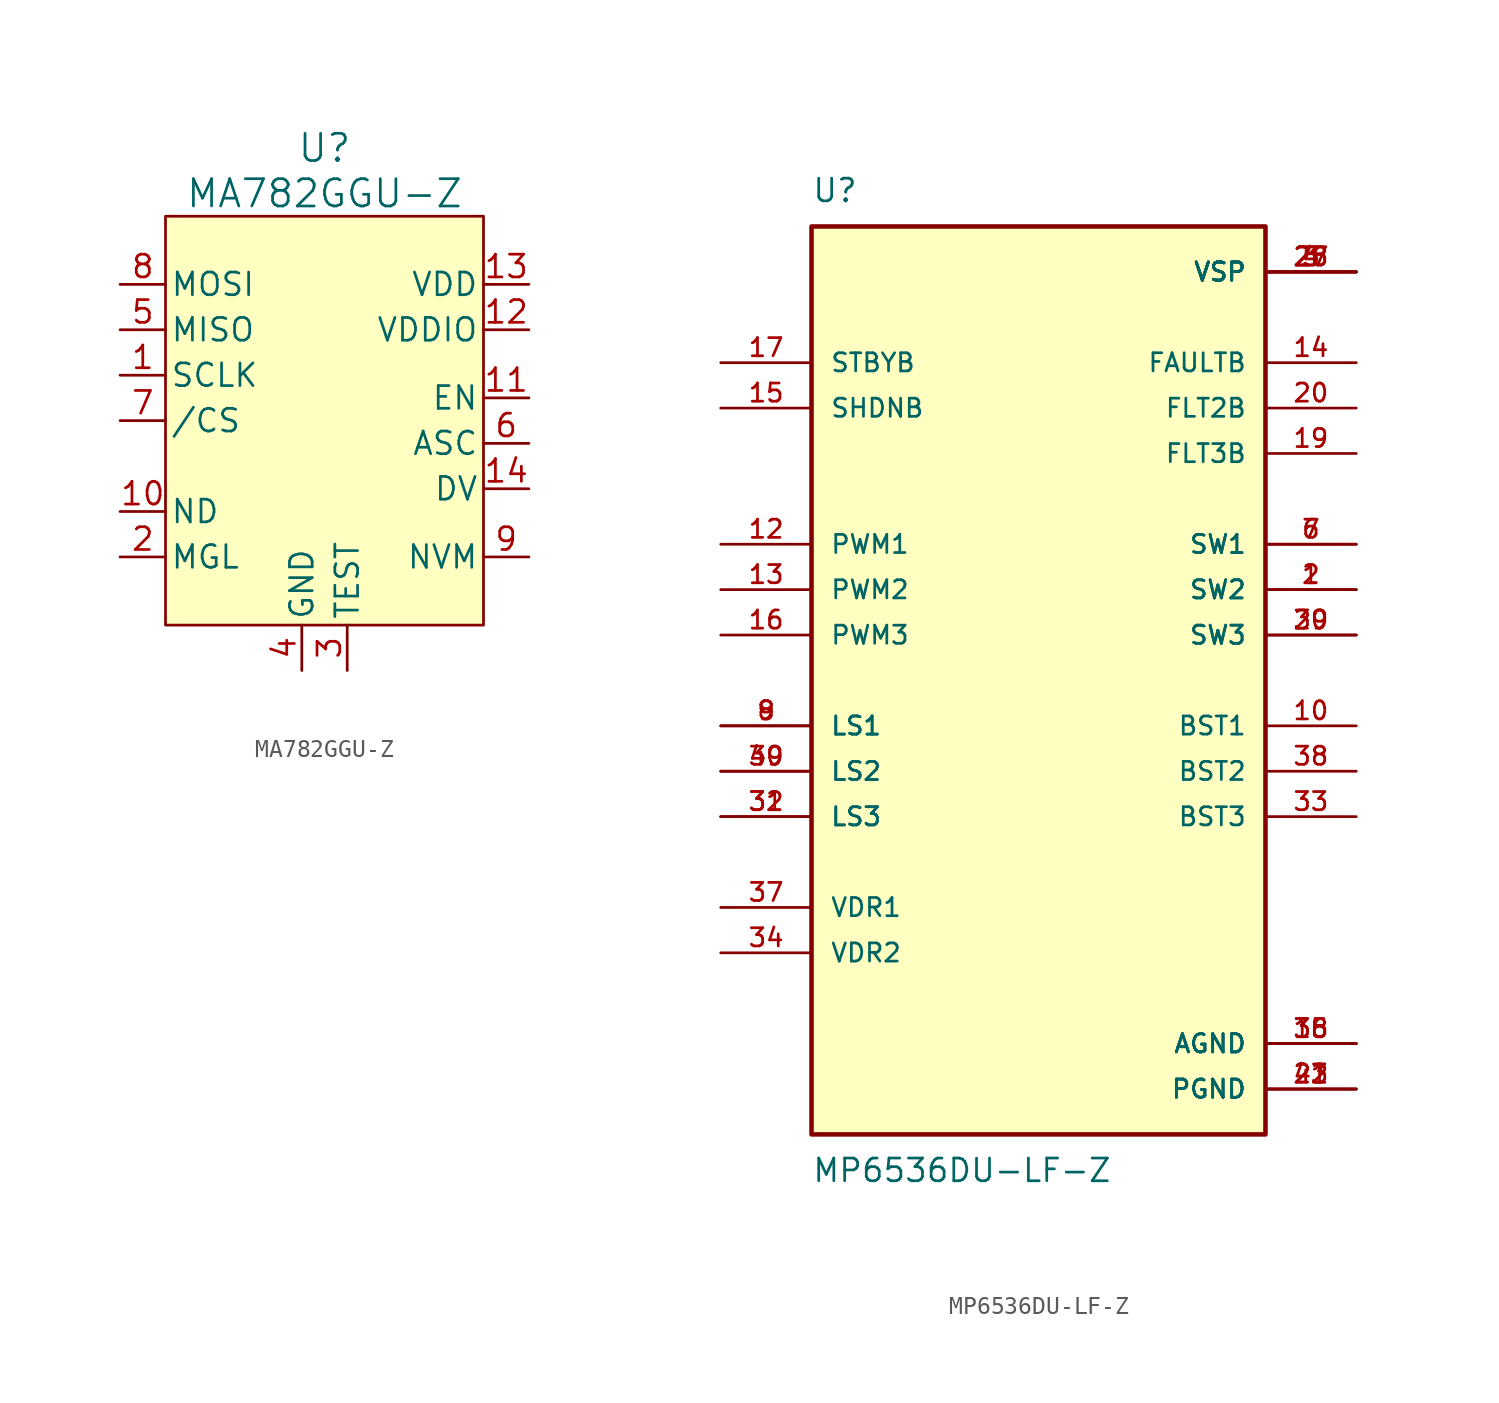
<source format=kicad_sym>
(kicad_symbol_lib
  (version 20220914)
  (generator kicad_symbol_editor)
  (symbol "MA782GGU-Z"
    (pin_names
      (offset 0.254))
    (property "Reference" "U"
      (at 0 15.24 0)
      (effects (font (size 1.524 1.524))))
    (property "Value" "MA782GGU-Z"
      (at 0 12.7 0)
      (effects (font (size 1.524 1.524))))
    (property "ki_locked" ""
      (at 0 0 0)
      (effects (font (size 1.27 1.27))))
    (symbol "MA782GGU-Z_1_1"
      (rectangle (start -8.89 11.43) (end 8.89 -11.43) (stroke (width 0) (type default)) (fill (type background)))
      (pin input line (at -11.43 2.54 0) (length 2.54) (name "SCLK" (effects (font (size 1.27 1.27)))) (number "1" (effects (font (size 1.27 1.27)))))
      (pin output line (at -11.43 -5.08 0) (length 2.54) (name "ND" (effects (font (size 1.27 1.27)))) (number "10" (effects (font (size 1.27 1.27)))))
      (pin input line (at 11.43 1.27 180) (length 2.54) (name "EN" (effects (font (size 1.27 1.27)))) (number "11" (effects (font (size 1.27 1.27)))))
      (pin power_in line (at 11.43 5.08 180) (length 2.54) (name "VDDIO" (effects (font (size 1.27 1.27)))) (number "12" (effects (font (size 1.27 1.27)))))
      (pin power_in line (at 11.43 7.62 180) (length 2.54) (name "VDD" (effects (font (size 1.27 1.27)))) (number "13" (effects (font (size 1.27 1.27)))))
      (pin output line (at 11.43 -3.81 180) (length 2.54) (name "DV" (effects (font (size 1.27 1.27)))) (number "14" (effects (font (size 1.27 1.27)))))
      (pin output line (at -11.43 -7.62 0) (length 2.54) (name "MGL" (effects (font (size 1.27 1.27)))) (number "2" (effects (font (size 1.27 1.27)))))
      (pin power_out line (at 1.27 -13.97 90) (length 2.54) (name "TEST" (effects (font (size 1.27 1.27)))) (number "3" (effects (font (size 1.27 1.27)))))
      (pin power_in line (at -1.27 -13.97 90) (length 2.54) (name "GND" (effects (font (size 1.27 1.27)))) (number "4" (effects (font (size 1.27 1.27)))))
      (pin output line (at -11.43 5.08 0) (length 2.54) (name "MISO" (effects (font (size 1.27 1.27)))) (number "5" (effects (font (size 1.27 1.27)))))
      (pin input line (at 11.43 -1.27 180) (length 2.54) (name "ASC" (effects (font (size 1.27 1.27)))) (number "6" (effects (font (size 1.27 1.27)))))
      (pin input line (at -11.43 0 0) (length 2.54) (name "/CS" (effects (font (size 1.27 1.27)))) (number "7" (effects (font (size 1.27 1.27)))))
      (pin output line (at -11.43 7.62 0) (length 2.54) (name "MOSI" (effects (font (size 1.27 1.27)))) (number "8" (effects (font (size 1.27 1.27)))))
      (pin output line (at 11.43 -7.62 180) (length 2.54) (name "NVM" (effects (font (size 1.27 1.27)))) (number "9" (effects (font (size 1.27 1.27)))))))
  (symbol "MP6536DU-LF-Z"
    (pin_names
      (offset 1.016))
    (property "Reference" "U"
      (at -12.7 26.67 0)
      (effects (font (size 1.27 1.27)) (justify left bottom)))
    (property "Value" "MP6536DU-LF-Z"
      (at -12.7 -26.67 0)
      (effects (font (size 1.27 1.27)) (justify left top)))
    (symbol "MP6536DU-LF-Z_0_0"
      (rectangle (start -12.7 -25.4) (end 12.7 25.4) (stroke (width 0.254) (type default)) (fill (type background)))
      (pin output line (at 17.78 5.08 180) (length 5.08) (name "SW2" (effects (font (size 1.016 1.016)))) (number "1" (effects (font (size 1.016 1.016)))))
      (pin passive line (at 17.78 -2.54 180) (length 5.08) (name "BST1" (effects (font (size 1.016 1.016)))) (number "10" (effects (font (size 1.016 1.016)))))
      (pin input line (at -17.78 7.62 0) (length 5.08) (name "PWM1" (effects (font (size 1.016 1.016)))) (number "12" (effects (font (size 1.016 1.016)))))
      (pin input line (at -17.78 5.08 0) (length 5.08) (name "PWM2" (effects (font (size 1.016 1.016)))) (number "13" (effects (font (size 1.016 1.016)))))
      (pin output line (at 17.78 17.78 180) (length 5.08) (name "FAULTB" (effects (font (size 1.016 1.016)))) (number "14" (effects (font (size 1.016 1.016)))))
      (pin input line (at -17.78 15.24 0) (length 5.08) (name "SHDNB" (effects (font (size 1.016 1.016)))) (number "15" (effects (font (size 1.016 1.016)))))
      (pin input line (at -17.78 2.54 0) (length 5.08) (name "PWM3" (effects (font (size 1.016 1.016)))) (number "16" (effects (font (size 1.016 1.016)))))
      (pin input line (at -17.78 17.78 0) (length 5.08) (name "STBYB" (effects (font (size 1.016 1.016)))) (number "17" (effects (font (size 1.016 1.016)))))
      (pin power_in line (at 17.78 -20.32 180) (length 5.08) (name "AGND" (effects (font (size 1.016 1.016)))) (number "18" (effects (font (size 1.016 1.016)))))
      (pin output line (at 17.78 12.7 180) (length 5.08) (name "FLT3B" (effects (font (size 1.016 1.016)))) (number "19" (effects (font (size 1.016 1.016)))))
      (pin output line (at 17.78 5.08 180) (length 5.08) (name "SW2" (effects (font (size 1.016 1.016)))) (number "2" (effects (font (size 1.016 1.016)))))
      (pin output line (at 17.78 15.24 180) (length 5.08) (name "FLT2B" (effects (font (size 1.016 1.016)))) (number "20" (effects (font (size 1.016 1.016)))))
      (pin power_in line (at 17.78 -22.86 180) (length 5.08) (name "PGND" (effects (font (size 1.016 1.016)))) (number "22" (effects (font (size 1.016 1.016)))))
      (pin power_in line (at 17.78 -22.86 180) (length 5.08) (name "PGND" (effects (font (size 1.016 1.016)))) (number "23" (effects (font (size 1.016 1.016)))))
      (pin power_in line (at 17.78 22.86 180) (length 5.08) (name "VSP" (effects (font (size 1.016 1.016)))) (number "26" (effects (font (size 1.016 1.016)))))
      (pin power_in line (at 17.78 22.86 180) (length 5.08) (name "VSP" (effects (font (size 1.016 1.016)))) (number "27" (effects (font (size 1.016 1.016)))))
      (pin power_in line (at 17.78 22.86 180) (length 5.08) (name "VSP" (effects (font (size 1.016 1.016)))) (number "28" (effects (font (size 1.016 1.016)))))
      (pin output line (at 17.78 2.54 180) (length 5.08) (name "SW3" (effects (font (size 1.016 1.016)))) (number "29" (effects (font (size 1.016 1.016)))))
      (pin power_in line (at 17.78 22.86 180) (length 5.08) (name "VSP" (effects (font (size 1.016 1.016)))) (number "3" (effects (font (size 1.016 1.016)))))
      (pin output line (at 17.78 2.54 180) (length 5.08) (name "SW3" (effects (font (size 1.016 1.016)))) (number "30" (effects (font (size 1.016 1.016)))))
      (pin passive line (at -17.78 -7.62 0) (length 5.08) (name "LS3" (effects (font (size 1.016 1.016)))) (number "31" (effects (font (size 1.016 1.016)))))
      (pin passive line (at -17.78 -7.62 0) (length 5.08) (name "LS3" (effects (font (size 1.016 1.016)))) (number "32" (effects (font (size 1.016 1.016)))))
      (pin passive line (at 17.78 -7.62 180) (length 5.08) (name "BST3" (effects (font (size 1.016 1.016)))) (number "33" (effects (font (size 1.016 1.016)))))
      (pin passive line (at -17.78 -15.24 0) (length 5.08) (name "VDR2" (effects (font (size 1.016 1.016)))) (number "34" (effects (font (size 1.016 1.016)))))
      (pin power_in line (at 17.78 -20.32 180) (length 5.08) (name "AGND" (effects (font (size 1.016 1.016)))) (number "35" (effects (font (size 1.016 1.016)))))
      (pin power_in line (at 17.78 -20.32 180) (length 5.08) (name "AGND" (effects (font (size 1.016 1.016)))) (number "36" (effects (font (size 1.016 1.016)))))
      (pin passive line (at -17.78 -12.7 0) (length 5.08) (name "VDR1" (effects (font (size 1.016 1.016)))) (number "37" (effects (font (size 1.016 1.016)))))
      (pin passive line (at 17.78 -5.08 180) (length 5.08) (name "BST2" (effects (font (size 1.016 1.016)))) (number "38" (effects (font (size 1.016 1.016)))))
      (pin passive line (at -17.78 -5.08 0) (length 5.08) (name "LS2" (effects (font (size 1.016 1.016)))) (number "39" (effects (font (size 1.016 1.016)))))
      (pin power_in line (at 17.78 22.86 180) (length 5.08) (name "VSP" (effects (font (size 1.016 1.016)))) (number "4" (effects (font (size 1.016 1.016)))))
      (pin passive line (at -17.78 -5.08 0) (length 5.08) (name "LS2" (effects (font (size 1.016 1.016)))) (number "40" (effects (font (size 1.016 1.016)))))
      (pin power_in line (at 17.78 -22.86 180) (length 5.08) (name "PGND" (effects (font (size 1.016 1.016)))) (number "41" (effects (font (size 1.016 1.016)))))
      (pin power_in line (at 17.78 22.86 180) (length 5.08) (name "VSP" (effects (font (size 1.016 1.016)))) (number "5" (effects (font (size 1.016 1.016)))))
      (pin output line (at 17.78 7.62 180) (length 5.08) (name "SW1" (effects (font (size 1.016 1.016)))) (number "6" (effects (font (size 1.016 1.016)))))
      (pin output line (at 17.78 7.62 180) (length 5.08) (name "SW1" (effects (font (size 1.016 1.016)))) (number "7" (effects (font (size 1.016 1.016)))))
      (pin passive line (at -17.78 -2.54 0) (length 5.08) (name "LS1" (effects (font (size 1.016 1.016)))) (number "8" (effects (font (size 1.016 1.016)))))
      (pin passive line (at -17.78 -2.54 0) (length 5.08) (name "LS1" (effects (font (size 1.016 1.016)))) (number "9" (effects (font (size 1.016 1.016))))))))
</source>
